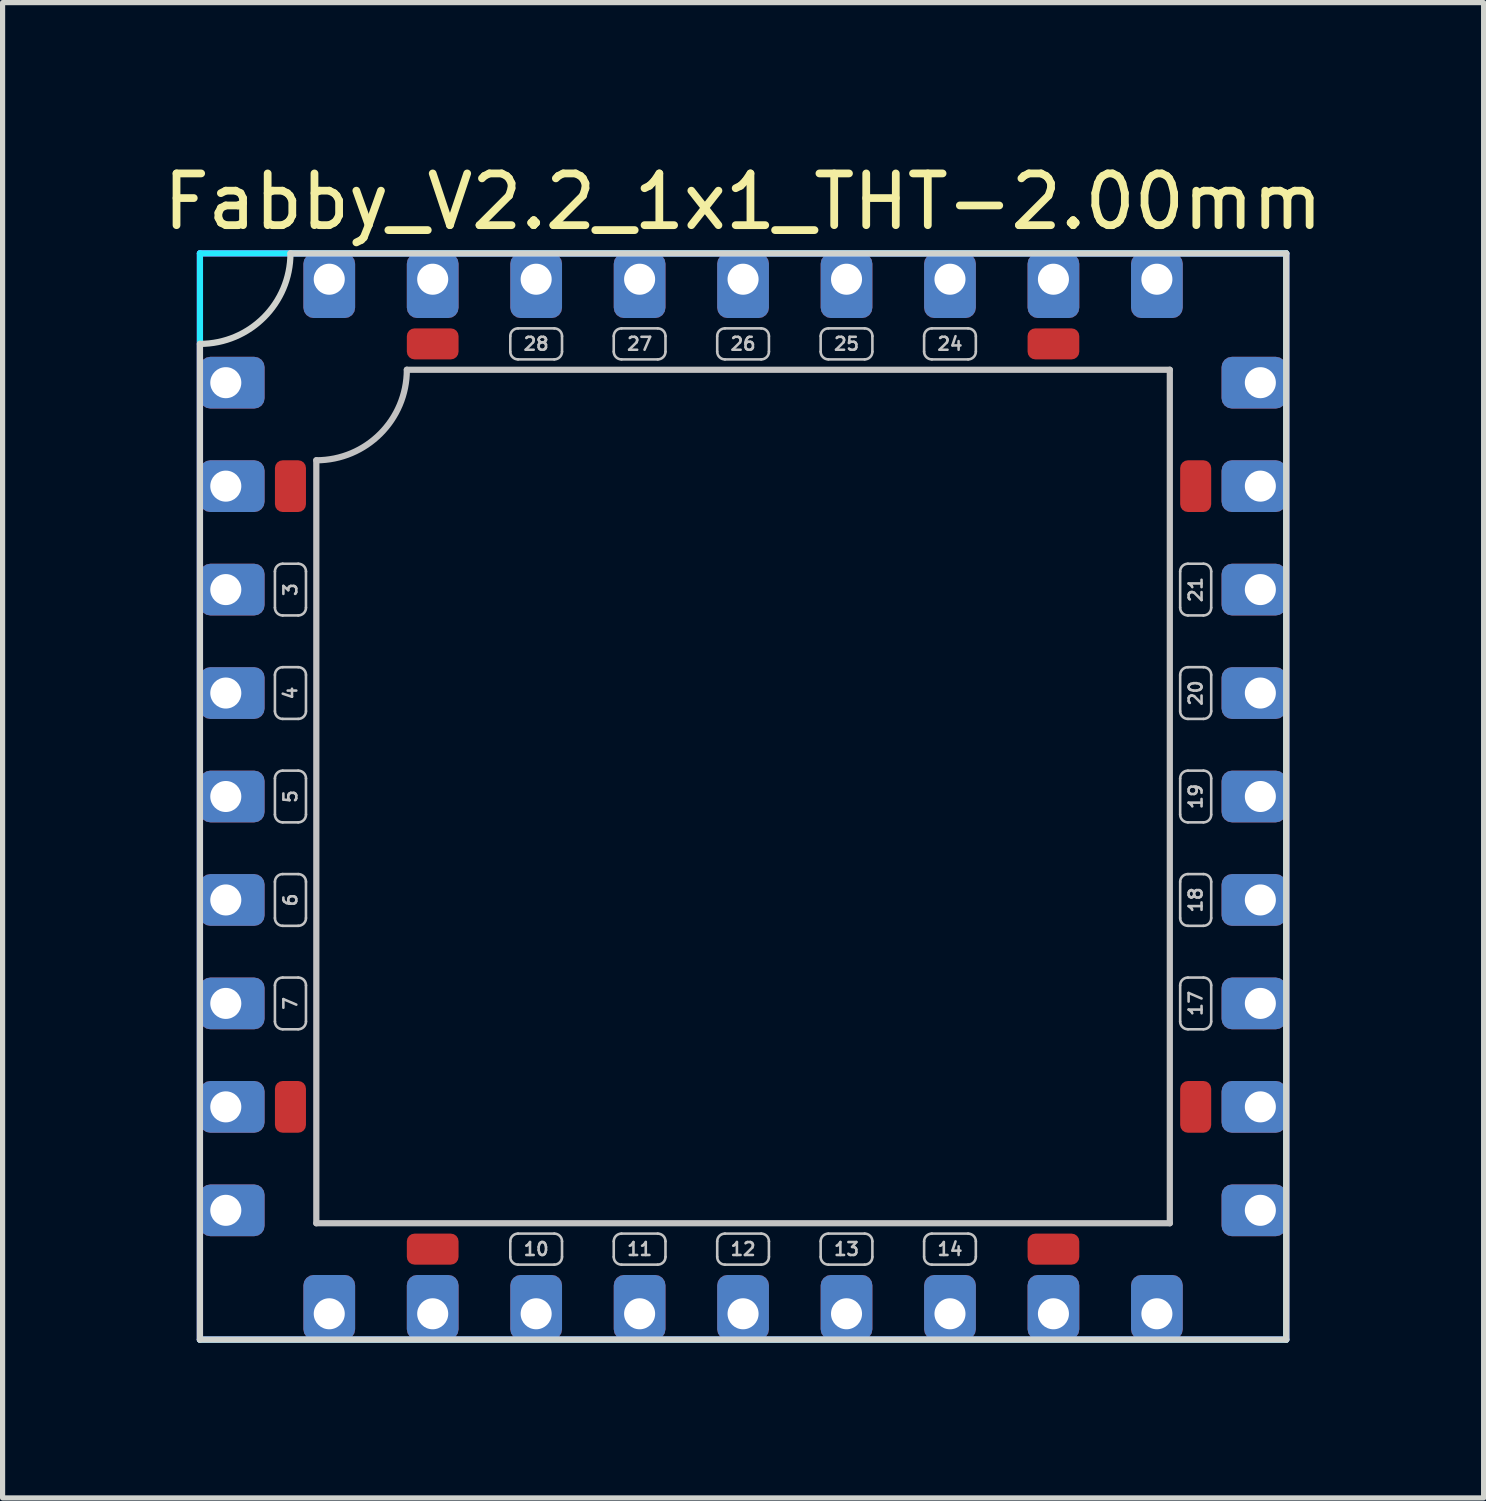
<source format=kicad_pcb>
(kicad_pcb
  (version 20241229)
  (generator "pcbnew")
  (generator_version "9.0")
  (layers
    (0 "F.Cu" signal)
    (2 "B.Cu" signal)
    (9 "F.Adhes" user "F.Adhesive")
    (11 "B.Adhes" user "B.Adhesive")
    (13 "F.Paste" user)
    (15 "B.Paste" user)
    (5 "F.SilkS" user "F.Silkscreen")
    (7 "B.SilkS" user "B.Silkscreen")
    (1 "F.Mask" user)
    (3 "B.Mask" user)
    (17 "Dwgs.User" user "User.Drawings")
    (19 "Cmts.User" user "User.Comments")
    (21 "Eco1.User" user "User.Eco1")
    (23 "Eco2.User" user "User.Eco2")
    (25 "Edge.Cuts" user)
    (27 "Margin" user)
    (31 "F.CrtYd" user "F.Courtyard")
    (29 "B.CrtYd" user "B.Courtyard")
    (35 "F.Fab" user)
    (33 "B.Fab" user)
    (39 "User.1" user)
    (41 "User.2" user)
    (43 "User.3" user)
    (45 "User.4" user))
  (footprint "Fabby_V2.2_1x1_THT-2.00mm"
    (layer "F.Cu")
    (at 11.315 12.348)
    (property "Reference" "Fabby_V2.2_1x1_THT-2.00mm" (at 0 -11.5 0) (layer "F.SilkS") (effects (font (size 1 1) (thickness 0.15))))
    (attr through_hole)
    (fp_line (start -9.05 -3.65) (end -9.05 -4.35) (stroke (width 0.05) (type solid)) (layer "Dwgs.User"))
    (fp_line (start -9.05 -1.65) (end -9.05 -2.35) (stroke (width 0.05) (type solid)) (layer "Dwgs.User"))
    (fp_line (start -9.05 0.35) (end -9.05 -0.35) (stroke (width 0.05) (type solid)) (layer "Dwgs.User"))
    (fp_line (start -9.05 2.35) (end -9.05 1.65) (stroke (width 0.05) (type solid)) (layer "Dwgs.User"))
    (fp_line (start -9.05 4.35) (end -9.05 3.65) (stroke (width 0.05) (type solid)) (layer "Dwgs.User"))
    (fp_line (start -8.9 -4.5) (end -8.6 -4.5) (stroke (width 0.05) (type solid)) (layer "Dwgs.User"))
    (fp_line (start -8.9 -3.5) (end -8.6 -3.5) (stroke (width 0.05) (type solid)) (layer "Dwgs.User"))
    (fp_line (start -8.9 -2.5) (end -8.6 -2.5) (stroke (width 0.05) (type solid)) (layer "Dwgs.User"))
    (fp_line (start -8.9 -1.5) (end -8.6 -1.5) (stroke (width 0.05) (type solid)) (layer "Dwgs.User"))
    (fp_line (start -8.9 -0.5) (end -8.6 -0.5) (stroke (width 0.05) (type solid)) (layer "Dwgs.User"))
    (fp_line (start -8.9 0.5) (end -8.6 0.5) (stroke (width 0.05) (type solid)) (layer "Dwgs.User"))
    (fp_line (start -8.9 1.5) (end -8.6 1.5) (stroke (width 0.05) (type solid)) (layer "Dwgs.User"))
    (fp_line (start -8.9 2.5) (end -8.6 2.5) (stroke (width 0.05) (type solid)) (layer "Dwgs.User"))
    (fp_line (start -8.9 3.5) (end -8.6 3.5) (stroke (width 0.05) (type solid)) (layer "Dwgs.User"))
    (fp_line (start -8.9 4.5) (end -8.6 4.5) (stroke (width 0.05) (type solid)) (layer "Dwgs.User"))
    (fp_line (start -8.45 -3.65) (end -8.45 -4.35) (stroke (width 0.05) (type solid)) (layer "Dwgs.User"))
    (fp_line (start -8.45 -1.65) (end -8.45 -2.35) (stroke (width 0.05) (type solid)) (layer "Dwgs.User"))
    (fp_line (start -8.45 0.35) (end -8.45 -0.35) (stroke (width 0.05) (type solid)) (layer "Dwgs.User"))
    (fp_line (start -8.45 2.35) (end -8.45 1.65) (stroke (width 0.05) (type solid)) (layer "Dwgs.User"))
    (fp_line (start -8.45 4.35) (end -8.45 3.65) (stroke (width 0.05) (type solid)) (layer "Dwgs.User"))
    (fp_line (start -8.25 8.25) (end -8.25 -6.5) (stroke (width 0.12) (type solid)) (layer "Dwgs.User"))
    (fp_line (start -6.5 -8.25) (end 8.25 -8.25) (stroke (width 0.12) (type solid)) (layer "Dwgs.User"))
    (fp_line (start -4.5 -8.9) (end -4.5 -8.6) (stroke (width 0.05) (type solid)) (layer "Dwgs.User"))
    (fp_line (start -4.5 8.6) (end -4.5 8.9) (stroke (width 0.05) (type solid)) (layer "Dwgs.User"))
    (fp_line (start -4.35 -9.05) (end -3.65 -9.05) (stroke (width 0.05) (type solid)) (layer "Dwgs.User"))
    (fp_line (start -4.35 -8.45) (end -3.65 -8.45) (stroke (width 0.05) (type solid)) (layer "Dwgs.User"))
    (fp_line (start -4.35 8.45) (end -3.65 8.45) (stroke (width 0.05) (type solid)) (layer "Dwgs.User"))
    (fp_line (start -4.35 9.05) (end -3.65 9.05) (stroke (width 0.05) (type solid)) (layer "Dwgs.User"))
    (fp_line (start -3.5 -8.9) (end -3.5 -8.6) (stroke (width 0.05) (type solid)) (layer "Dwgs.User"))
    (fp_line (start -3.5 8.6) (end -3.5 8.9) (stroke (width 0.05) (type solid)) (layer "Dwgs.User"))
    (fp_line (start -2.5 -8.9) (end -2.5 -8.6) (stroke (width 0.05) (type solid)) (layer "Dwgs.User"))
    (fp_line (start -2.5 8.6) (end -2.5 8.9) (stroke (width 0.05) (type solid)) (layer "Dwgs.User"))
    (fp_line (start -2.35 -9.05) (end -1.65 -9.05) (stroke (width 0.05) (type solid)) (layer "Dwgs.User"))
    (fp_line (start -2.35 -8.45) (end -1.65 -8.45) (stroke (width 0.05) (type solid)) (layer "Dwgs.User"))
    (fp_line (start -2.35 8.45) (end -1.65 8.45) (stroke (width 0.05) (type solid)) (layer "Dwgs.User"))
    (fp_line (start -2.35 9.05) (end -1.65 9.05) (stroke (width 0.05) (type solid)) (layer "Dwgs.User"))
    (fp_line (start -1.5 -8.9) (end -1.5 -8.6) (stroke (width 0.05) (type solid)) (layer "Dwgs.User"))
    (fp_line (start -1.5 8.6) (end -1.5 8.9) (stroke (width 0.05) (type solid)) (layer "Dwgs.User"))
    (fp_line (start -0.5 -8.9) (end -0.5 -8.6) (stroke (width 0.05) (type solid)) (layer "Dwgs.User"))
    (fp_line (start -0.5 8.6) (end -0.5 8.9) (stroke (width 0.05) (type solid)) (layer "Dwgs.User"))
    (fp_line (start -0.35 -9.05) (end 0.35 -9.05) (stroke (width 0.05) (type solid)) (layer "Dwgs.User"))
    (fp_line (start -0.35 -8.45) (end 0.35 -8.45) (stroke (width 0.05) (type solid)) (layer "Dwgs.User"))
    (fp_line (start -0.35 8.45) (end 0.35 8.45) (stroke (width 0.05) (type solid)) (layer "Dwgs.User"))
    (fp_line (start -0.35 9.05) (end 0.35 9.05) (stroke (width 0.05) (type solid)) (layer "Dwgs.User"))
    (fp_line (start 0.5 -8.9) (end 0.5 -8.6) (stroke (width 0.05) (type solid)) (layer "Dwgs.User"))
    (fp_line (start 0.5 8.6) (end 0.5 8.9) (stroke (width 0.05) (type solid)) (layer "Dwgs.User"))
    (fp_line (start 1.5 -8.9) (end 1.5 -8.6) (stroke (width 0.05) (type solid)) (layer "Dwgs.User"))
    (fp_line (start 1.5 8.6) (end 1.5 8.9) (stroke (width 0.05) (type solid)) (layer "Dwgs.User"))
    (fp_line (start 1.65 -9.05) (end 2.35 -9.05) (stroke (width 0.05) (type solid)) (layer "Dwgs.User"))
    (fp_line (start 1.65 -8.45) (end 2.35 -8.45) (stroke (width 0.05) (type solid)) (layer "Dwgs.User"))
    (fp_line (start 1.65 8.45) (end 2.35 8.45) (stroke (width 0.05) (type solid)) (layer "Dwgs.User"))
    (fp_line (start 1.65 9.05) (end 2.35 9.05) (stroke (width 0.05) (type solid)) (layer "Dwgs.User"))
    (fp_line (start 2.5 -8.9) (end 2.5 -8.6) (stroke (width 0.05) (type solid)) (layer "Dwgs.User"))
    (fp_line (start 2.5 8.6) (end 2.5 8.9) (stroke (width 0.05) (type solid)) (layer "Dwgs.User"))
    (fp_line (start 3.5 -8.9) (end 3.5 -8.6) (stroke (width 0.05) (type solid)) (layer "Dwgs.User"))
    (fp_line (start 3.5 8.6) (end 3.5 8.9) (stroke (width 0.05) (type solid)) (layer "Dwgs.User"))
    (fp_line (start 3.65 -9.05) (end 4.35 -9.05) (stroke (width 0.05) (type solid)) (layer "Dwgs.User"))
    (fp_line (start 3.65 -8.45) (end 4.35 -8.45) (stroke (width 0.05) (type solid)) (layer "Dwgs.User"))
    (fp_line (start 3.65 8.45) (end 4.35 8.45) (stroke (width 0.05) (type solid)) (layer "Dwgs.User"))
    (fp_line (start 3.65 9.05) (end 4.35 9.05) (stroke (width 0.05) (type solid)) (layer "Dwgs.User"))
    (fp_line (start 4.5 -8.9) (end 4.5 -8.6) (stroke (width 0.05) (type solid)) (layer "Dwgs.User"))
    (fp_line (start 4.5 8.6) (end 4.5 8.9) (stroke (width 0.05) (type solid)) (layer "Dwgs.User"))
    (fp_line (start 8.25 -8.25) (end 8.25 8.25) (stroke (width 0.12) (type solid)) (layer "Dwgs.User"))
    (fp_line (start 8.25 8.25) (end -8.25 8.25) (stroke (width 0.12) (type solid)) (layer "Dwgs.User"))
    (fp_line (start 8.45 -4.35) (end 8.45 -3.65) (stroke (width 0.05) (type solid)) (layer "Dwgs.User"))
    (fp_line (start 8.45 -2.35) (end 8.45 -1.65) (stroke (width 0.05) (type solid)) (layer "Dwgs.User"))
    (fp_line (start 8.45 -0.35) (end 8.45 0.35) (stroke (width 0.05) (type solid)) (layer "Dwgs.User"))
    (fp_line (start 8.45 1.65) (end 8.45 2.35) (stroke (width 0.05) (type solid)) (layer "Dwgs.User"))
    (fp_line (start 8.45 3.65) (end 8.45 4.35) (stroke (width 0.05) (type solid)) (layer "Dwgs.User"))
    (fp_line (start 8.9 -4.5) (end 8.6 -4.5) (stroke (width 0.05) (type solid)) (layer "Dwgs.User"))
    (fp_line (start 8.9 -3.5) (end 8.6 -3.5) (stroke (width 0.05) (type solid)) (layer "Dwgs.User"))
    (fp_line (start 8.9 -2.5) (end 8.6 -2.5) (stroke (width 0.05) (type solid)) (layer "Dwgs.User"))
    (fp_line (start 8.9 -1.5) (end 8.6 -1.5) (stroke (width 0.05) (type solid)) (layer "Dwgs.User"))
    (fp_line (start 8.9 -0.5) (end 8.6 -0.5) (stroke (width 0.05) (type solid)) (layer "Dwgs.User"))
    (fp_line (start 8.9 0.5) (end 8.6 0.5) (stroke (width 0.05) (type solid)) (layer "Dwgs.User"))
    (fp_line (start 8.9 1.5) (end 8.6 1.5) (stroke (width 0.05) (type solid)) (layer "Dwgs.User"))
    (fp_line (start 8.9 2.5) (end 8.6 2.5) (stroke (width 0.05) (type solid)) (layer "Dwgs.User"))
    (fp_line (start 8.9 3.5) (end 8.6 3.5) (stroke (width 0.05) (type solid)) (layer "Dwgs.User"))
    (fp_line (start 8.9 4.5) (end 8.6 4.5) (stroke (width 0.05) (type solid)) (layer "Dwgs.User"))
    (fp_line (start 9.05 -4.35) (end 9.05 -3.65) (stroke (width 0.05) (type solid)) (layer "Dwgs.User"))
    (fp_line (start 9.05 -2.35) (end 9.05 -1.65) (stroke (width 0.05) (type solid)) (layer "Dwgs.User"))
    (fp_line (start 9.05 -0.35) (end 9.05 0.35) (stroke (width 0.05) (type solid)) (layer "Dwgs.User"))
    (fp_line (start 9.05 1.65) (end 9.05 2.35) (stroke (width 0.05) (type solid)) (layer "Dwgs.User"))
    (fp_line (start 9.05 3.65) (end 9.05 4.35) (stroke (width 0.05) (type solid)) (layer "Dwgs.User"))
    (fp_arc (start -9.05 -4.35) (mid -9.006066 -4.456066) (end -8.9 -4.5) (stroke (width 0.05) (type solid)) (layer "Dwgs.User"))
    (fp_arc (start -9.05 -2.35) (mid -9.006066 -2.456066) (end -8.9 -2.5) (stroke (width 0.05) (type solid)) (layer "Dwgs.User"))
    (fp_arc (start -9.05 -0.35) (mid -9.006066 -0.456066) (end -8.9 -0.5) (stroke (width 0.05) (type solid)) (layer "Dwgs.User"))
    (fp_arc (start -9.05 1.65) (mid -9.006066 1.543934) (end -8.9 1.5) (stroke (width 0.05) (type solid)) (layer "Dwgs.User"))
    (fp_arc (start -9.05 3.65) (mid -9.006066 3.543934) (end -8.9 3.5) (stroke (width 0.05) (type solid)) (layer "Dwgs.User"))
    (fp_arc (start -8.9 -3.5) (mid -9.006066 -3.543934) (end -9.05 -3.65) (stroke (width 0.05) (type solid)) (layer "Dwgs.User"))
    (fp_arc (start -8.9 -1.5) (mid -9.006066 -1.543934) (end -9.05 -1.65) (stroke (width 0.05) (type solid)) (layer "Dwgs.User"))
    (fp_arc (start -8.9 0.5) (mid -9.006066 0.456066) (end -9.05 0.35) (stroke (width 0.05) (type solid)) (layer "Dwgs.User"))
    (fp_arc (start -8.9 2.5) (mid -9.006066 2.456066) (end -9.05 2.35) (stroke (width 0.05) (type solid)) (layer "Dwgs.User"))
    (fp_arc (start -8.9 4.5) (mid -9.006066 4.456066) (end -9.05 4.35) (stroke (width 0.05) (type solid)) (layer "Dwgs.User"))
    (fp_arc (start -8.6 -4.5) (mid -8.493934 -4.456066) (end -8.45 -4.35) (stroke (width 0.05) (type solid)) (layer "Dwgs.User"))
    (fp_arc (start -8.6 -2.5) (mid -8.493934 -2.456066) (end -8.45 -2.35) (stroke (width 0.05) (type solid)) (layer "Dwgs.User"))
    (fp_arc (start -8.6 -0.5) (mid -8.493934 -0.456066) (end -8.45 -0.35) (stroke (width 0.05) (type solid)) (layer "Dwgs.User"))
    (fp_arc (start -8.6 1.5) (mid -8.493934 1.543934) (end -8.45 1.65) (stroke (width 0.05) (type solid)) (layer "Dwgs.User"))
    (fp_arc (start -8.6 3.5) (mid -8.493934 3.543934) (end -8.45 3.65) (stroke (width 0.05) (type solid)) (layer "Dwgs.User"))
    (fp_arc (start -8.45 -3.65) (mid -8.493934 -3.543934) (end -8.6 -3.5) (stroke (width 0.05) (type solid)) (layer "Dwgs.User"))
    (fp_arc (start -8.45 -1.65) (mid -8.493934 -1.543934) (end -8.6 -1.5) (stroke (width 0.05) (type solid)) (layer "Dwgs.User"))
    (fp_arc (start -8.45 0.35) (mid -8.493934 0.456066) (end -8.6 0.5) (stroke (width 0.05) (type solid)) (layer "Dwgs.User"))
    (fp_arc (start -8.45 2.35) (mid -8.493934 2.456066) (end -8.6 2.5) (stroke (width 0.05) (type solid)) (layer "Dwgs.User"))
    (fp_arc (start -8.45 4.35) (mid -8.493934 4.456066) (end -8.6 4.5) (stroke (width 0.05) (type solid)) (layer "Dwgs.User"))
    (fp_arc (start -6.5 -8.25) (mid -7.012563 -7.012563) (end -8.25 -6.5) (stroke (width 0.12) (type solid)) (layer "Dwgs.User"))
    (fp_arc (start -4.5 -8.9) (mid -4.456066 -9.006066) (end -4.35 -9.05) (stroke (width 0.05) (type solid)) (layer "Dwgs.User"))
    (fp_arc (start -4.5 8.6) (mid -4.456066 8.493934) (end -4.35 8.45) (stroke (width 0.05) (type solid)) (layer "Dwgs.User"))
    (fp_arc (start -4.35 -8.45) (mid -4.456066 -8.493934) (end -4.5 -8.6) (stroke (width 0.05) (type solid)) (layer "Dwgs.User"))
    (fp_arc (start -4.35 9.05) (mid -4.456066 9.006066) (end -4.5 8.9) (stroke (width 0.05) (type solid)) (layer "Dwgs.User"))
    (fp_arc (start -3.65 -9.05) (mid -3.543934 -9.006066) (end -3.5 -8.9) (stroke (width 0.05) (type solid)) (layer "Dwgs.User"))
    (fp_arc (start -3.65 8.45) (mid -3.543934 8.493934) (end -3.5 8.6) (stroke (width 0.05) (type solid)) (layer "Dwgs.User"))
    (fp_arc (start -3.5 -8.6) (mid -3.543934 -8.493934) (end -3.65 -8.45) (stroke (width 0.05) (type solid)) (layer "Dwgs.User"))
    (fp_arc (start -3.5 8.9) (mid -3.543934 9.006066) (end -3.65 9.05) (stroke (width 0.05) (type solid)) (layer "Dwgs.User"))
    (fp_arc (start -2.5 -8.9) (mid -2.456066 -9.006066) (end -2.35 -9.05) (stroke (width 0.05) (type solid)) (layer "Dwgs.User"))
    (fp_arc (start -2.5 8.6) (mid -2.456066 8.493934) (end -2.35 8.45) (stroke (width 0.05) (type solid)) (layer "Dwgs.User"))
    (fp_arc (start -2.35 -8.45) (mid -2.456066 -8.493934) (end -2.5 -8.6) (stroke (width 0.05) (type solid)) (layer "Dwgs.User"))
    (fp_arc (start -2.35 9.05) (mid -2.456066 9.006066) (end -2.5 8.9) (stroke (width 0.05) (type solid)) (layer "Dwgs.User"))
    (fp_arc (start -1.65 -9.05) (mid -1.543934 -9.006066) (end -1.5 -8.9) (stroke (width 0.05) (type solid)) (layer "Dwgs.User"))
    (fp_arc (start -1.65 8.45) (mid -1.543934 8.493934) (end -1.5 8.6) (stroke (width 0.05) (type solid)) (layer "Dwgs.User"))
    (fp_arc (start -1.5 -8.6) (mid -1.543934 -8.493934) (end -1.65 -8.45) (stroke (width 0.05) (type solid)) (layer "Dwgs.User"))
    (fp_arc (start -1.5 8.9) (mid -1.543934 9.006066) (end -1.65 9.05) (stroke (width 0.05) (type solid)) (layer "Dwgs.User"))
    (fp_arc (start -0.5 -8.9) (mid -0.456066 -9.006066) (end -0.35 -9.05) (stroke (width 0.05) (type solid)) (layer "Dwgs.User"))
    (fp_arc (start -0.5 8.6) (mid -0.456066 8.493934) (end -0.35 8.45) (stroke (width 0.05) (type solid)) (layer "Dwgs.User"))
    (fp_arc (start -0.35 -8.45) (mid -0.456066 -8.493934) (end -0.5 -8.6) (stroke (width 0.05) (type solid)) (layer "Dwgs.User"))
    (fp_arc (start -0.35 9.05) (mid -0.456066 9.006066) (end -0.5 8.9) (stroke (width 0.05) (type solid)) (layer "Dwgs.User"))
    (fp_arc (start 0.35 -9.05) (mid 0.456066 -9.006066) (end 0.5 -8.9) (stroke (width 0.05) (type solid)) (layer "Dwgs.User"))
    (fp_arc (start 0.35 8.45) (mid 0.456066 8.493934) (end 0.5 8.6) (stroke (width 0.05) (type solid)) (layer "Dwgs.User"))
    (fp_arc (start 0.5 -8.6) (mid 0.456066 -8.493934) (end 0.35 -8.45) (stroke (width 0.05) (type solid)) (layer "Dwgs.User"))
    (fp_arc (start 0.5 8.9) (mid 0.456066 9.006066) (end 0.35 9.05) (stroke (width 0.05) (type solid)) (layer "Dwgs.User"))
    (fp_arc (start 1.5 -8.9) (mid 1.543934 -9.006066) (end 1.65 -9.05) (stroke (width 0.05) (type solid)) (layer "Dwgs.User"))
    (fp_arc (start 1.5 8.6) (mid 1.543934 8.493934) (end 1.65 8.45) (stroke (width 0.05) (type solid)) (layer "Dwgs.User"))
    (fp_arc (start 1.65 -8.45) (mid 1.543934 -8.493934) (end 1.5 -8.6) (stroke (width 0.05) (type solid)) (layer "Dwgs.User"))
    (fp_arc (start 1.65 9.05) (mid 1.543934 9.006066) (end 1.5 8.9) (stroke (width 0.05) (type solid)) (layer "Dwgs.User"))
    (fp_arc (start 2.35 -9.05) (mid 2.456066 -9.006066) (end 2.5 -8.9) (stroke (width 0.05) (type solid)) (layer "Dwgs.User"))
    (fp_arc (start 2.35 8.45) (mid 2.456066 8.493934) (end 2.5 8.6) (stroke (width 0.05) (type solid)) (layer "Dwgs.User"))
    (fp_arc (start 2.5 -8.6) (mid 2.456066 -8.493934) (end 2.35 -8.45) (stroke (width 0.05) (type solid)) (layer "Dwgs.User"))
    (fp_arc (start 2.5 8.9) (mid 2.456066 9.006066) (end 2.35 9.05) (stroke (width 0.05) (type solid)) (layer "Dwgs.User"))
    (fp_arc (start 3.5 -8.9) (mid 3.543934 -9.006066) (end 3.65 -9.05) (stroke (width 0.05) (type solid)) (layer "Dwgs.User"))
    (fp_arc (start 3.5 8.6) (mid 3.543934 8.493934) (end 3.65 8.45) (stroke (width 0.05) (type solid)) (layer "Dwgs.User"))
    (fp_arc (start 3.65 -8.45) (mid 3.543934 -8.493934) (end 3.5 -8.6) (stroke (width 0.05) (type solid)) (layer "Dwgs.User"))
    (fp_arc (start 3.65 9.05) (mid 3.543934 9.006066) (end 3.5 8.9) (stroke (width 0.05) (type solid)) (layer "Dwgs.User"))
    (fp_arc (start 4.35 -9.05) (mid 4.456066 -9.006066) (end 4.5 -8.9) (stroke (width 0.05) (type solid)) (layer "Dwgs.User"))
    (fp_arc (start 4.35 8.45) (mid 4.456066 8.493934) (end 4.5 8.6) (stroke (width 0.05) (type solid)) (layer "Dwgs.User"))
    (fp_arc (start 4.5 -8.6) (mid 4.456066 -8.493934) (end 4.35 -8.45) (stroke (width 0.05) (type solid)) (layer "Dwgs.User"))
    (fp_arc (start 4.5 8.9) (mid 4.456066 9.006066) (end 4.35 9.05) (stroke (width 0.05) (type solid)) (layer "Dwgs.User"))
    (fp_arc (start 8.45 -4.35) (mid 8.493934 -4.456066) (end 8.6 -4.5) (stroke (width 0.05) (type solid)) (layer "Dwgs.User"))
    (fp_arc (start 8.45 -2.35) (mid 8.493934 -2.456066) (end 8.6 -2.5) (stroke (width 0.05) (type solid)) (layer "Dwgs.User"))
    (fp_arc (start 8.45 -0.35) (mid 8.493934 -0.456066) (end 8.6 -0.5) (stroke (width 0.05) (type solid)) (layer "Dwgs.User"))
    (fp_arc (start 8.45 1.65) (mid 8.493934 1.543934) (end 8.6 1.5) (stroke (width 0.05) (type solid)) (layer "Dwgs.User"))
    (fp_arc (start 8.45 3.65) (mid 8.493934 3.543934) (end 8.6 3.5) (stroke (width 0.05) (type solid)) (layer "Dwgs.User"))
    (fp_arc (start 8.6 -3.5) (mid 8.493934 -3.543934) (end 8.45 -3.65) (stroke (width 0.05) (type solid)) (layer "Dwgs.User"))
    (fp_arc (start 8.6 -1.5) (mid 8.493934 -1.543934) (end 8.45 -1.65) (stroke (width 0.05) (type solid)) (layer "Dwgs.User"))
    (fp_arc (start 8.6 0.5) (mid 8.493934 0.456066) (end 8.45 0.35) (stroke (width 0.05) (type solid)) (layer "Dwgs.User"))
    (fp_arc (start 8.6 2.5) (mid 8.493934 2.456066) (end 8.45 2.35) (stroke (width 0.05) (type solid)) (layer "Dwgs.User"))
    (fp_arc (start 8.6 4.5) (mid 8.493934 4.456066) (end 8.45 4.35) (stroke (width 0.05) (type solid)) (layer "Dwgs.User"))
    (fp_arc (start 8.9 -4.5) (mid 9.006066 -4.456066) (end 9.05 -4.35) (stroke (width 0.05) (type solid)) (layer "Dwgs.User"))
    (fp_arc (start 8.9 -2.5) (mid 9.006066 -2.456066) (end 9.05 -2.35) (stroke (width 0.05) (type solid)) (layer "Dwgs.User"))
    (fp_arc (start 8.9 -0.5) (mid 9.006066 -0.456066) (end 9.05 -0.35) (stroke (width 0.05) (type solid)) (layer "Dwgs.User"))
    (fp_arc (start 8.9 1.5) (mid 9.006066 1.543934) (end 9.05 1.65) (stroke (width 0.05) (type solid)) (layer "Dwgs.User"))
    (fp_arc (start 8.9 3.5) (mid 9.006066 3.543934) (end 9.05 3.65) (stroke (width 0.05) (type solid)) (layer "Dwgs.User"))
    (fp_arc (start 9.05 -3.65) (mid 9.006066 -3.543934) (end 8.9 -3.5) (stroke (width 0.05) (type solid)) (layer "Dwgs.User"))
    (fp_arc (start 9.05 -1.65) (mid 9.006066 -1.543934) (end 8.9 -1.5) (stroke (width 0.05) (type solid)) (layer "Dwgs.User"))
    (fp_arc (start 9.05 0.35) (mid 9.006066 0.456066) (end 8.9 0.5) (stroke (width 0.05) (type solid)) (layer "Dwgs.User"))
    (fp_arc (start 9.05 2.35) (mid 9.006066 2.456066) (end 8.9 2.5) (stroke (width 0.05) (type solid)) (layer "Dwgs.User"))
    (fp_arc (start 9.05 4.35) (mid 9.006066 4.456066) (end 8.9 4.5) (stroke (width 0.05) (type solid)) (layer "Dwgs.User"))
    (fp_line (start -10.5 -8.75) (end -10.5 10.5) (stroke (width 0.12) (type solid)) (layer "Edge.Cuts"))
    (fp_line (start -10.5 10.5) (end 10.5 10.5) (stroke (width 0.12) (type solid)) (layer "Edge.Cuts"))
    (fp_line (start -8.75 -10.5) (end 10.5 -10.5) (stroke (width 0.12) (type solid)) (layer "Edge.Cuts"))
    (fp_line (start 10.5 -10.5) (end 10.5 10.5) (stroke (width 0.12) (type solid)) (layer "Edge.Cuts"))
    (fp_arc (start -8.75 -10.5) (mid -9.262563 -9.262563) (end -10.5 -8.75) (stroke (width 0.12) (type solid)) (layer "Edge.Cuts"))
    (fp_line (start -10.5 -10.5) (end 10.5 -10.5) (stroke (width 0.12) (type solid)) (layer "B.CrtYd"))
    (fp_line (start -10.5 10.5) (end -10.5 -10.5) (stroke (width 0.12) (type solid)) (layer "B.CrtYd"))
    (fp_line (start -10.5 10.5) (end 10.5 10.5) (stroke (width 0.12) (type solid)) (layer "B.CrtYd"))
    (fp_line (start 10.5 10.5) (end 10.5 -10.5) (stroke (width 0.12) (type solid)) (layer "B.CrtYd"))
    (fp_line (start -10.5 -10.5) (end 10.5 -10.5) (stroke (width 0.12) (type solid)) (layer "F.CrtYd"))
    (fp_line (start -10.5 10.5) (end -10.5 -10.5) (stroke (width 0.12) (type solid)) (layer "F.CrtYd"))
    (fp_line (start -10.5 10.5) (end 10.5 10.5) (stroke (width 0.12) (type solid)) (layer "F.CrtYd"))
    (fp_line (start 10.5 10.5) (end 10.5 -10.5) (stroke (width 0.12) (type solid)) (layer "F.CrtYd"))
    (fp_text user "4" (at -8.75 -2 90) (layer "Dwgs.User") (effects (font (size 0.25 0.25) (thickness 0.05))))
    (fp_text user "10" (at -4 8.75 0) (layer "Dwgs.User") (effects (font (size 0.25 0.25) (thickness 0.05))))
    (fp_text user "13" (at 2 8.75 0) (layer "Dwgs.User") (effects (font (size 0.25 0.25) (thickness 0.05))))
    (fp_text user "28" (at -4 -8.75 0) (layer "Dwgs.User") (effects (font (size 0.25 0.25) (thickness 0.05))))
    (fp_text user "21" (at 8.75 -4 270) (layer "Dwgs.User") (effects (font (size 0.25 0.25) (thickness 0.05))))
    (fp_text user "7" (at -8.75 4 90) (layer "Dwgs.User") (effects (font (size 0.25 0.25) (thickness 0.05))))
    (fp_text user "3" (at -8.75 -4 90) (layer "Dwgs.User") (effects (font (size 0.25 0.25) (thickness 0.05))))
    (fp_text user "24" (at 4 -8.75 0) (layer "Dwgs.User") (effects (font (size 0.25 0.25) (thickness 0.05))))
    (fp_text user "25" (at 2 -8.75 0) (layer "Dwgs.User") (effects (font (size 0.25 0.25) (thickness 0.05))))
    (fp_text user "26" (at 0 -8.75 0) (layer "Dwgs.User") (effects (font (size 0.25 0.25) (thickness 0.05))))
    (fp_text user "12" (at 0 8.75 0) (layer "Dwgs.User") (effects (font (size 0.25 0.25) (thickness 0.05))))
    (fp_text user "18" (at 8.75 2 270) (layer "Dwgs.User") (effects (font (size 0.25 0.25) (thickness 0.05))))
    (fp_text user "14" (at 4 8.75 0) (layer "Dwgs.User") (effects (font (size 0.25 0.25) (thickness 0.05))))
    (fp_text user "5" (at -8.75 0 90) (layer "Dwgs.User") (effects (font (size 0.25 0.25) (thickness 0.05))))
    (fp_text user "6" (at -8.75 2 90) (layer "Dwgs.User") (effects (font (size 0.25 0.25) (thickness 0.05))))
    (fp_text user "20" (at 8.75 -2 270) (layer "Dwgs.User") (effects (font (size 0.25 0.25) (thickness 0.05))))
    (fp_text user "19" (at 8.75 0 270) (layer "Dwgs.User") (effects (font (size 0.25 0.25) (thickness 0.05))))
    (fp_text user "11" (at -2 8.75 0) (layer "Dwgs.User") (effects (font (size 0.25 0.25) (thickness 0.05))))
    (fp_text user "27" (at -2 -8.75 0) (layer "Dwgs.User") (effects (font (size 0.25 0.25) (thickness 0.05))))
    (fp_text user "17" (at 8.75 4 270) (layer "Dwgs.User") (effects (font (size 0.25 0.25) (thickness 0.05))))
    (pad "" thru_hole roundrect (at -10 -6 90) (size 1 1.25) (drill 0.6 (offset 0 0.125)) (layers "*.Cu" "*.Mask") (roundrect_rratio 0.2))
    (pad "" thru_hole roundrect (at -10 6 90) (size 1 1.25) (drill 0.6 (offset 0 0.125)) (layers "*.Cu" "*.Mask") (roundrect_rratio 0.2))
    (pad "" thru_hole roundrect (at -6 -10) (size 1 1.25) (drill 0.6 (offset 0 0.125)) (layers "*.Cu" "*.Mask") (roundrect_rratio 0.2))
    (pad "" thru_hole roundrect (at -6 10 180) (size 1 1.25) (drill 0.6 (offset 0 0.125)) (layers "*.Cu" "*.Mask") (roundrect_rratio 0.2))
    (pad "" thru_hole roundrect (at 6 -10) (size 1 1.25) (drill 0.6 (offset 0 0.125)) (layers "*.Cu" "*.Mask") (roundrect_rratio 0.2))
    (pad "" thru_hole roundrect (at 6 10 180) (size 1 1.25) (drill 0.6 (offset 0 0.125)) (layers "*.Cu" "*.Mask") (roundrect_rratio 0.2))
    (pad "" thru_hole roundrect (at 10 -6 270) (size 1 1.25) (drill 0.6 (offset 0 0.125)) (layers "*.Cu" "*.Mask") (roundrect_rratio 0.2))
    (pad "" thru_hole roundrect (at 10 6 270) (size 1 1.25) (drill 0.6 (offset 0 0.125)) (layers "*.Cu" "*.Mask") (roundrect_rratio 0.2))
    (pad "1" thru_hole roundrect (at -10 -8 90) (size 1 1.25) (drill 0.6 (offset 0 0.125)) (layers "*.Cu" "*.Mask") (roundrect_rratio 0.2))
    (pad "1" thru_hole roundrect (at -10 8 90) (size 1 1.25) (drill 0.6 (offset 0 0.125)) (layers "*.Cu" "*.Mask") (roundrect_rratio 0.2))
    (pad "1" thru_hole roundrect (at -8 -10) (size 1 1.25) (drill 0.6 (offset 0 0.125)) (layers "*.Cu" "*.Mask") (roundrect_rratio 0.2))
    (pad "1" thru_hole roundrect (at -8 10 180) (size 1 1.25) (drill 0.6 (offset 0 0.125)) (layers "*.Cu" "*.Mask") (roundrect_rratio 0.2))
    (pad "1" thru_hole roundrect (at 8 -10) (size 1 1.25) (drill 0.6 (offset 0 0.125)) (layers "*.Cu" "*.Mask") (roundrect_rratio 0.2))
    (pad "1" thru_hole roundrect (at 8 10 180) (size 1 1.25) (drill 0.6 (offset 0 0.125)) (layers "*.Cu" "*.Mask") (roundrect_rratio 0.2))
    (pad "1" thru_hole roundrect (at 10 -8 270) (size 1 1.25) (drill 0.6 (offset 0 0.125)) (layers "*.Cu" "*.Mask") (roundrect_rratio 0.2))
    (pad "1" thru_hole roundrect (at 10 8 270) (size 1 1.25) (drill 0.6 (offset 0 0.125)) (layers "*.Cu" "*.Mask") (roundrect_rratio 0.2))
    (pad "2" smd roundrect (at -8.75 -6) (size 0.6 1) (layers "F.Cu" "F.Mask" "F.Paste") (roundrect_rratio 0.25))
    (pad "3" thru_hole roundrect (at -10 -4 90) (size 1 1.25) (drill 0.6 (offset 0 0.125)) (layers "*.Cu" "*.Mask") (roundrect_rratio 0.2))
    (pad "4" thru_hole roundrect (at -10 -2 90) (size 1 1.25) (drill 0.6 (offset 0 0.125)) (layers "*.Cu" "*.Mask") (roundrect_rratio 0.2))
    (pad "5" thru_hole roundrect (at -10 0 90) (size 1 1.25) (drill 0.6 (offset 0 0.125)) (layers "*.Cu" "*.Mask") (roundrect_rratio 0.2))
    (pad "6" thru_hole roundrect (at -10 2 90) (size 1 1.25) (drill 0.6 (offset 0 0.125)) (layers "*.Cu" "*.Mask") (roundrect_rratio 0.2))
    (pad "7" thru_hole roundrect (at -10 4 90) (size 1 1.25) (drill 0.6 (offset 0 0.125)) (layers "*.Cu" "*.Mask") (roundrect_rratio 0.2))
    (pad "8" smd roundrect (at -8.75 6) (size 0.6 1) (layers "F.Cu" "F.Mask" "F.Paste") (roundrect_rratio 0.25))
    (pad "9" smd roundrect (at -6 8.75 90) (size 0.6 1) (layers "F.Cu" "F.Mask" "F.Paste") (roundrect_rratio 0.25))
    (pad "10" thru_hole roundrect (at -4 10 180) (size 1 1.25) (drill 0.6 (offset 0 0.125)) (layers "*.Cu" "*.Mask") (roundrect_rratio 0.2))
    (pad "11" thru_hole roundrect (at -2 10 180) (size 1 1.25) (drill 0.6 (offset 0 0.125)) (layers "*.Cu" "*.Mask") (roundrect_rratio 0.2))
    (pad "12" thru_hole roundrect (at 0 10 180) (size 1 1.25) (drill 0.6 (offset 0 0.125)) (layers "*.Cu" "*.Mask") (roundrect_rratio 0.2))
    (pad "13" thru_hole roundrect (at 2 10 180) (size 1 1.25) (drill 0.6 (offset 0 0.125)) (layers "*.Cu" "*.Mask") (roundrect_rratio 0.2))
    (pad "14" thru_hole roundrect (at 4 10 180) (size 1 1.25) (drill 0.6 (offset 0 0.125)) (layers "*.Cu" "*.Mask") (roundrect_rratio 0.2))
    (pad "15" smd roundrect (at 6 8.75 90) (size 0.6 1) (layers "F.Cu" "F.Mask" "F.Paste") (roundrect_rratio 0.25))
    (pad "16" smd roundrect (at 8.75 6 180) (size 0.6 1) (layers "F.Cu" "F.Mask" "F.Paste") (roundrect_rratio 0.25))
    (pad "17" thru_hole roundrect (at 10 4 270) (size 1 1.25) (drill 0.6 (offset 0 0.125)) (layers "*.Cu" "*.Mask") (roundrect_rratio 0.2))
    (pad "18" thru_hole roundrect (at 10 2 270) (size 1 1.25) (drill 0.6 (offset 0 0.125)) (layers "*.Cu" "*.Mask") (roundrect_rratio 0.2))
    (pad "19" thru_hole roundrect (at 10 0 270) (size 1 1.25) (drill 0.6 (offset 0 0.125)) (layers "*.Cu" "*.Mask") (roundrect_rratio 0.2))
    (pad "20" thru_hole roundrect (at 10 -2 270) (size 1 1.25) (drill 0.6 (offset 0 0.125)) (layers "*.Cu" "*.Mask") (roundrect_rratio 0.2))
    (pad "21" thru_hole roundrect (at 10 -4 270) (size 1 1.25) (drill 0.6 (offset 0 0.125)) (layers "*.Cu" "*.Mask") (roundrect_rratio 0.2))
    (pad "22" smd roundrect (at 8.75 -6 180) (size 0.6 1) (layers "F.Cu" "F.Mask" "F.Paste") (roundrect_rratio 0.25))
    (pad "23" smd roundrect (at 6 -8.75 270) (size 0.6 1) (layers "F.Cu" "F.Mask" "F.Paste") (roundrect_rratio 0.25))
    (pad "24" thru_hole roundrect (at 4 -10) (size 1 1.25) (drill 0.6 (offset 0 0.125)) (layers "*.Cu" "*.Mask") (roundrect_rratio 0.2))
    (pad "25" thru_hole roundrect (at 2 -10) (size 1 1.25) (drill 0.6 (offset 0 0.125)) (layers "*.Cu" "*.Mask") (roundrect_rratio 0.2))
    (pad "26" thru_hole roundrect (at 0 -10) (size 1 1.25) (drill 0.6 (offset 0 0.125)) (layers "*.Cu" "*.Mask") (roundrect_rratio 0.2))
    (pad "27" thru_hole roundrect (at -2 -10) (size 1 1.25) (drill 0.6 (offset 0 0.125)) (layers "*.Cu" "*.Mask") (roundrect_rratio 0.2))
    (pad "28" thru_hole roundrect (at -4 -10) (size 1 1.25) (drill 0.6 (offset 0 0.125)) (layers "*.Cu" "*.Mask") (roundrect_rratio 0.2))
    (pad "29" smd roundrect (at -6 -8.75 270) (size 0.6 1) (layers "F.Cu" "F.Mask" "F.Paste") (roundrect_rratio 0.25)))
  (gr_rect
    (start -3 -3)
    (end 25.631 25.908)
    (stroke (width 0.1) (type default))
    (fill no)
    (layer "Edge.Cuts")))
</source>
